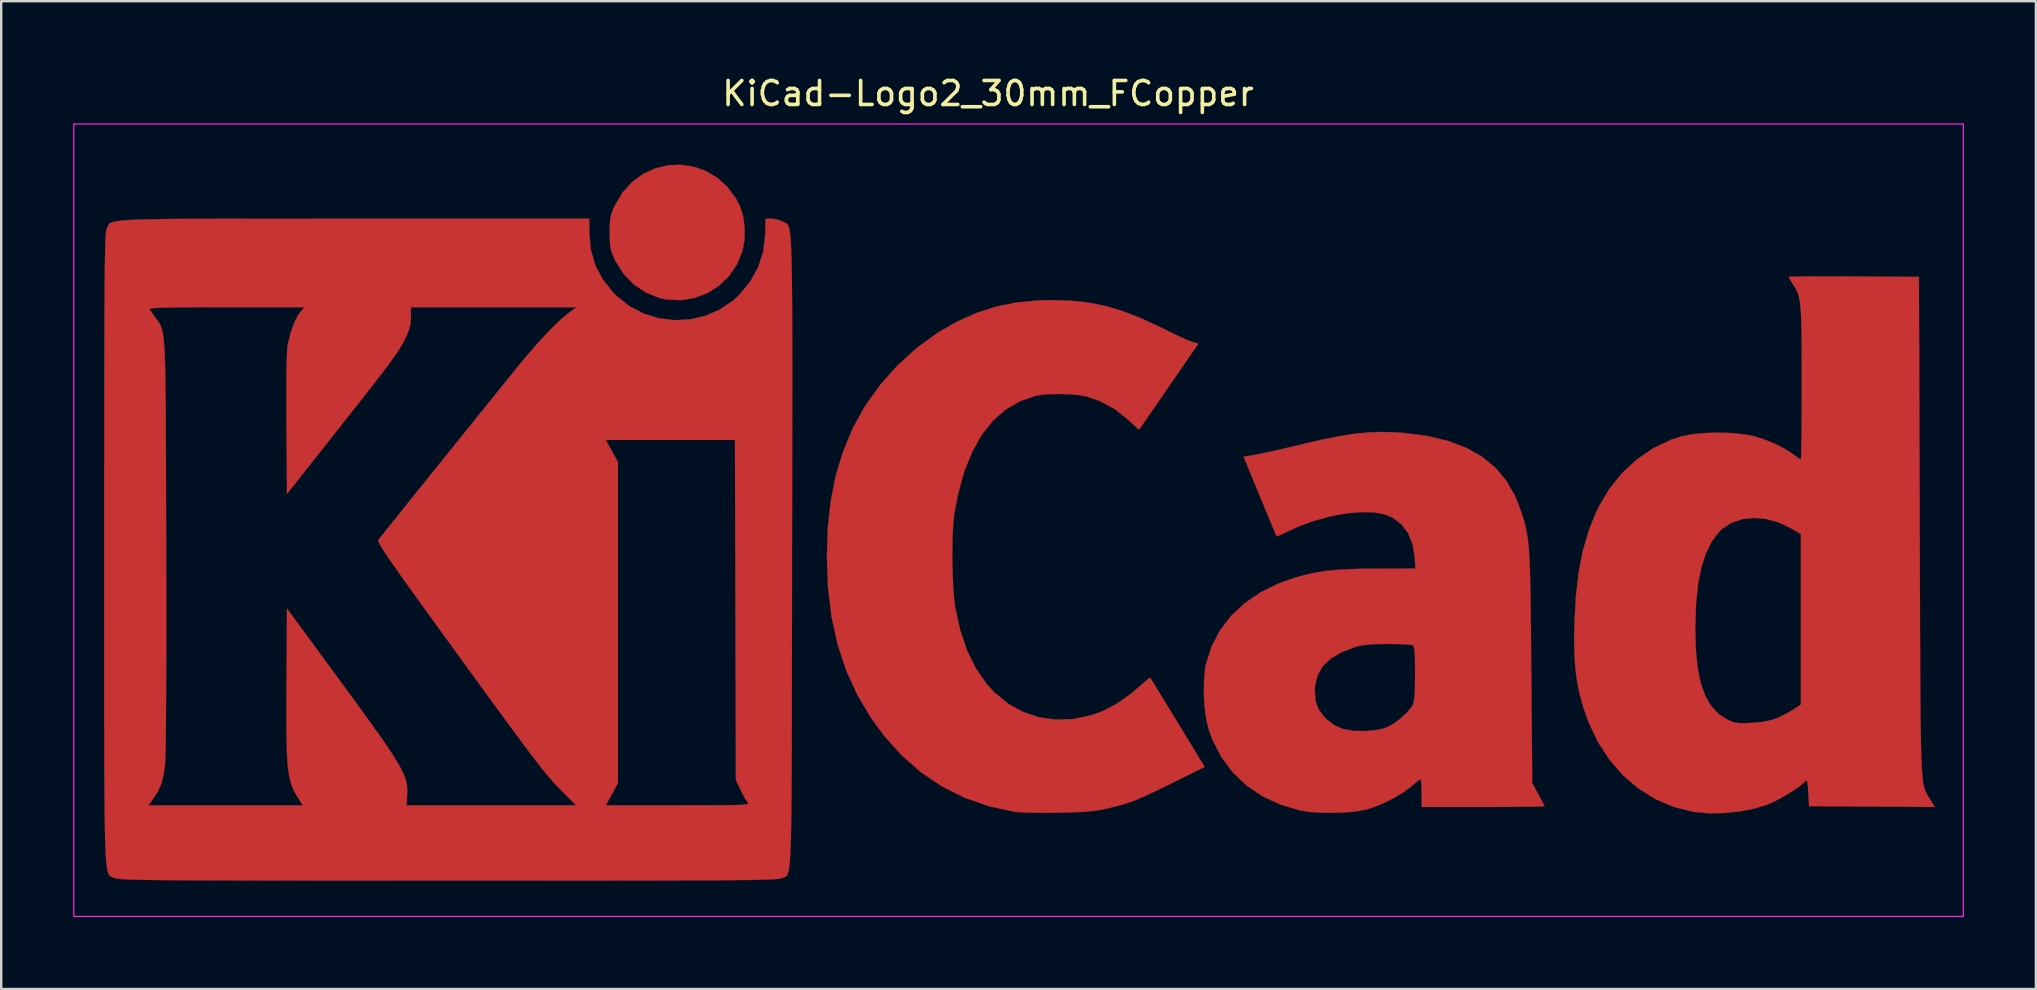
<source format=kicad_pcb>
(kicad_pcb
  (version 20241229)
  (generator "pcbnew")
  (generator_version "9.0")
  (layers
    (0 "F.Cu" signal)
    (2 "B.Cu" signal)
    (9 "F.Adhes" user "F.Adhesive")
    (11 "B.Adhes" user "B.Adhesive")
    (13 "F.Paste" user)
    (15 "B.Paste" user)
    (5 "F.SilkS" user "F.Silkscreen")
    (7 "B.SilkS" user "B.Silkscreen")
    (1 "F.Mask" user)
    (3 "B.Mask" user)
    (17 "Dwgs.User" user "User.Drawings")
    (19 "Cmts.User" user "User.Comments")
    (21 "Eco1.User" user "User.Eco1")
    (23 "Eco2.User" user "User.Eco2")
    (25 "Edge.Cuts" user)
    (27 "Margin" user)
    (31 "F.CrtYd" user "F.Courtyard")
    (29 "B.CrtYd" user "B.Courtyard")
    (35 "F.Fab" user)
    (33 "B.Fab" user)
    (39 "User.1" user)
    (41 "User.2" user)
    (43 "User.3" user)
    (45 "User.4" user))
  (footprint "KiCad-Logo2_30mm_FCopper"
    (layer "F.Cu")
    (at 39.395 18.628)
    (property "Reference" "KiCad-Logo2_30mm_FCopper" (at -1.27 -17.78 0) (layer "F.SilkS") (effects (font (size 1 1) (thickness 0.15))))
    (attr exclude_from_pos_files exclude_from_bom)
    (fp_poly (pts (xy -13.557 -14.738) (xy -13.044 -14.56) (xy -12.567 -14.28) (xy -12.141 -13.898) (xy -11.781 -13.415) (xy -11.619 -13.11) (xy -11.48 -12.683) (xy -11.412 -12.191) (xy -11.419 -11.684) (xy -11.503 -11.226) (xy -11.73 -10.665) (xy -12.061 -10.179) (xy -12.477 -9.777) (xy -12.961 -9.468) (xy -13.499 -9.262) (xy -14.071 -9.168) (xy -14.662 -9.197) (xy -14.953 -9.259) (xy -15.521 -9.48) (xy -16.025 -9.817) (xy -16.454 -10.26) (xy -16.795 -10.798) (xy -16.823 -10.856) (xy -16.923 -11.077) (xy -16.986 -11.263) (xy -17.02 -11.459) (xy -17.033 -11.71) (xy -17.036 -11.983) (xy -17.032 -12.311) (xy -17.015 -12.549) (xy -16.976 -12.741) (xy -16.906 -12.933) (xy -16.82 -13.122) (xy -16.498 -13.66) (xy -16.103 -14.095) (xy -15.648 -14.428) (xy -15.151 -14.659) (xy -14.626 -14.787) (xy -14.09 -14.814) (xy -13.557 -14.738)) (stroke (width 0.01) (type solid)) (fill yes) (layer "F.Cu"))
    (fp_poly (pts (xy 2.188 -9.148) (xy 2.924 -9.067) (xy 3.638 -8.923) (xy 4.357 -8.708) (xy 5.111 -8.414) (xy 5.93 -8.033) (xy 6.078 -7.959) (xy 6.416 -7.793) (xy 6.735 -7.643) (xy 7.003 -7.524) (xy 7.189 -7.45) (xy 7.218 -7.44) (xy 7.492 -7.358) (xy 6.265 -5.574) (xy 5.966 -5.138) (xy 5.691 -4.739) (xy 5.452 -4.392) (xy 5.257 -4.11) (xy 5.116 -3.905) (xy 5.038 -3.793) (xy 5.026 -3.775) (xy 4.974 -3.812) (xy 4.847 -3.924) (xy 4.668 -4.091) (xy 4.569 -4.185) (xy 4.007 -4.631) (xy 3.377 -4.97) (xy 2.834 -5.156) (xy 2.508 -5.215) (xy 2.099 -5.25) (xy 1.657 -5.262) (xy 1.228 -5.25) (xy 0.861 -5.213) (xy 0.715 -5.185) (xy 0.055 -4.958) (xy -0.539 -4.612) (xy -1.068 -4.146) (xy -1.53 -3.563) (xy -1.927 -2.861) (xy -2.256 -2.043) (xy -2.517 -1.108) (xy -2.673 -0.307) (xy -2.713 0.046) (xy -2.741 0.503) (xy -2.756 1.029) (xy -2.759 1.594) (xy -2.749 2.163) (xy -2.728 2.703) (xy -2.695 3.184) (xy -2.65 3.57) (xy -2.641 3.629) (xy -2.429 4.59) (xy -2.141 5.439) (xy -1.775 6.183) (xy -1.328 6.823) (xy -1.011 7.169) (xy -0.441 7.64) (xy 0.184 7.988) (xy 0.853 8.213) (xy 1.557 8.312) (xy 2.284 8.285) (xy 3.023 8.128) (xy 3.461 7.974) (xy 4.066 7.666) (xy 4.69 7.225) (xy 5.04 6.926) (xy 5.236 6.753) (xy 5.39 6.626) (xy 5.478 6.565) (xy 5.489 6.563) (xy 5.528 6.626) (xy 5.629 6.791) (xy 5.784 7.044) (xy 5.985 7.372) (xy 6.221 7.76) (xy 6.485 8.193) (xy 6.633 8.435) (xy 7.756 10.281) (xy 6.353 10.974) (xy 5.846 11.223) (xy 5.435 11.419) (xy 5.095 11.573) (xy 4.802 11.693) (xy 4.529 11.79) (xy 4.252 11.873) (xy 3.946 11.953) (xy 3.653 12.022) (xy 3.392 12.076) (xy 3.12 12.117) (xy 2.808 12.147) (xy 2.429 12.168) (xy 1.957 12.183) (xy 1.639 12.189) (xy 1.185 12.194) (xy 0.749 12.192) (xy 0.361 12.183) (xy 0.049 12.17) (xy -0.157 12.152) (xy -0.169 12.15) (xy -1.242 11.918) (xy -2.249 11.566) (xy -3.19 11.095) (xy -4.066 10.504) (xy -4.875 9.794) (xy -5.617 8.965) (xy -6.154 8.228) (xy -6.726 7.263) (xy -7.189 6.245) (xy -7.544 5.164) (xy -7.794 4.013) (xy -7.941 2.783) (xy -7.987 1.534) (xy -7.949 0.327) (xy -7.83 -0.788) (xy -7.625 -1.828) (xy -7.33 -2.812) (xy -6.943 -3.759) (xy -6.897 -3.857) (xy -6.387 -4.774) (xy -5.761 -5.647) (xy -5.037 -6.457) (xy -4.232 -7.187) (xy -3.364 -7.818) (xy -2.555 -8.281) (xy -1.738 -8.643) (xy -0.919 -8.906) (xy -0.066 -9.076) (xy 0.851 -9.16) (xy 1.4 -9.173) (xy 2.188 -9.148)) (stroke (width 0.01) (type solid)) (fill yes) (layer "F.Cu"))
    (fp_poly (pts (xy 34.027 -10.161) (xy 34.608 -10.159) (xy 34.806 -10.157) (xy 37.52 -10.14) (xy 37.554 0.273) (xy 37.558 1.685) (xy 37.562 2.967) (xy 37.566 4.126) (xy 37.57 5.168) (xy 37.574 6.1) (xy 37.578 6.929) (xy 37.584 7.661) (xy 37.59 8.303) (xy 37.598 8.861) (xy 37.607 9.342) (xy 37.618 9.753) (xy 37.631 10.101) (xy 37.646 10.392) (xy 37.664 10.632) (xy 37.685 10.828) (xy 37.709 10.988) (xy 37.736 11.117) (xy 37.766 11.222) (xy 37.801 11.31) (xy 37.84 11.388) (xy 37.883 11.462) (xy 37.931 11.538) (xy 37.983 11.624) (xy 37.994 11.642) (xy 38.175 11.951) (xy 35.56 11.933) (xy 32.945 11.915) (xy 32.911 11.34) (xy 32.892 11.065) (xy 32.873 10.905) (xy 32.847 10.842) (xy 32.807 10.855) (xy 32.774 10.891) (xy 32.63 11.024) (xy 32.396 11.195) (xy 32.105 11.383) (xy 31.788 11.568) (xy 31.481 11.73) (xy 31.244 11.836) (xy 30.691 12.011) (xy 30.056 12.136) (xy 29.386 12.204) (xy 28.728 12.211) (xy 28.129 12.154) (xy 28.12 12.152) (xy 27.301 11.947) (xy 26.534 11.619) (xy 25.827 11.177) (xy 25.187 10.627) (xy 24.622 9.976) (xy 24.139 9.231) (xy 23.745 8.4) (xy 23.53 7.784) (xy 23.388 7.269) (xy 23.284 6.77) (xy 23.212 6.257) (xy 23.171 5.699) (xy 23.156 5.068) (xy 23.162 4.552) (xy 28.201 4.552) (xy 28.225 5.417) (xy 28.3 6.161) (xy 28.429 6.791) (xy 28.614 7.314) (xy 28.857 7.735) (xy 29.161 8.062) (xy 29.511 8.293) (xy 29.694 8.38) (xy 29.852 8.432) (xy 30.029 8.455) (xy 30.266 8.457) (xy 30.521 8.448) (xy 31.023 8.404) (xy 31.42 8.317) (xy 31.545 8.274) (xy 31.83 8.145) (xy 32.131 7.984) (xy 32.262 7.903) (xy 32.603 7.68) (xy 32.603 0.582) (xy 32.228 0.357) (xy 31.704 0.102) (xy 31.169 -0.048) (xy 30.642 -0.096) (xy 30.143 -0.041) (xy 29.691 0.115) (xy 29.307 0.372) (xy 29.182 0.495) (xy 28.883 0.898) (xy 28.641 1.386) (xy 28.454 1.968) (xy 28.319 2.651) (xy 28.236 3.444) (xy 28.202 4.355) (xy 28.201 4.552) (xy 23.162 4.552) (xy 23.165 4.337) (xy 23.223 3.213) (xy 23.338 2.199) (xy 23.515 1.281) (xy 23.757 0.443) (xy 24.065 -0.329) (xy 24.175 -0.558) (xy 24.619 -1.304) (xy 25.155 -1.967) (xy 25.771 -2.537) (xy 26.454 -3.002) (xy 27.191 -3.352) (xy 27.634 -3.496) (xy 28.068 -3.581) (xy 28.591 -3.632) (xy 29.158 -3.649) (xy 29.725 -3.63) (xy 30.25 -3.577) (xy 30.671 -3.494) (xy 31.172 -3.331) (xy 31.658 -3.122) (xy 32.083 -2.887) (xy 32.309 -2.727) (xy 32.465 -2.609) (xy 32.575 -2.537) (xy 32.599 -2.526) (xy 32.607 -2.592) (xy 32.614 -2.782) (xy 32.621 -3.081) (xy 32.627 -3.476) (xy 32.631 -3.955) (xy 32.635 -4.504) (xy 32.637 -5.108) (xy 32.638 -5.725) (xy 32.637 -6.514) (xy 32.635 -7.179) (xy 32.631 -7.733) (xy 32.622 -8.189) (xy 32.609 -8.559) (xy 32.589 -8.857) (xy 32.562 -9.094) (xy 32.526 -9.283) (xy 32.481 -9.438) (xy 32.426 -9.571) (xy 32.358 -9.695) (xy 32.277 -9.822) (xy 32.267 -9.837) (xy 32.163 -10.002) (xy 32.1 -10.115) (xy 32.091 -10.139) (xy 32.157 -10.146) (xy 32.345 -10.152) (xy 32.641 -10.157) (xy 33.029 -10.16) (xy 33.496 -10.161) (xy 34.027 -10.161)) (stroke (width 0.01) (type solid)) (fill yes) (layer "F.Cu"))
    (fp_poly (pts (xy 15.752 -3.659) (xy 16.091 -3.633) (xy 17.059 -3.505) (xy 17.916 -3.299) (xy 18.666 -3.014) (xy 19.315 -2.647) (xy 19.865 -2.195) (xy 20.321 -1.655) (xy 20.687 -1.024) (xy 20.954 -0.341) (xy 21.022 -0.124) (xy 21.081 0.08) (xy 21.132 0.281) (xy 21.176 0.49) (xy 21.213 0.719) (xy 21.244 0.977) (xy 21.27 1.277) (xy 21.291 1.628) (xy 21.308 2.042) (xy 21.322 2.531) (xy 21.334 3.104) (xy 21.343 3.774) (xy 21.352 4.55) (xy 21.36 5.444) (xy 21.366 6.145) (xy 21.406 10.959) (xy 21.662 11.422) (xy 21.783 11.645) (xy 21.873 11.819) (xy 21.916 11.911) (xy 21.918 11.917) (xy 21.852 11.924) (xy 21.665 11.931) (xy 21.37 11.937) (xy 20.985 11.942) (xy 20.522 11.945) (xy 19.997 11.948) (xy 19.425 11.949) (xy 19.357 11.949) (xy 16.797 11.949) (xy 16.797 11.369) (xy 16.792 11.106) (xy 16.781 10.906) (xy 16.764 10.798) (xy 16.757 10.788) (xy 16.689 10.83) (xy 16.549 10.939) (xy 16.368 11.093) (xy 16.364 11.097) (xy 16.033 11.343) (xy 15.615 11.59) (xy 15.158 11.814) (xy 14.708 11.991) (xy 14.509 12.051) (xy 14.115 12.128) (xy 13.631 12.177) (xy 13.102 12.197) (xy 12.572 12.188) (xy 12.085 12.15) (xy 11.744 12.095) (xy 10.909 11.849) (xy 10.157 11.5) (xy 9.493 11.05) (xy 8.922 10.505) (xy 8.449 9.868) (xy 8.079 9.145) (xy 7.92 8.706) (xy 7.82 8.279) (xy 7.753 7.767) (xy 7.723 7.216) (xy 7.724 7.136) (xy 12.342 7.136) (xy 12.38 7.545) (xy 12.507 7.885) (xy 12.743 8.201) (xy 12.834 8.293) (xy 13.155 8.543) (xy 13.527 8.703) (xy 13.973 8.781) (xy 14.442 8.786) (xy 14.887 8.749) (xy 15.228 8.675) (xy 15.376 8.62) (xy 15.642 8.469) (xy 15.925 8.256) (xy 16.183 8.018) (xy 16.375 7.789) (xy 16.426 7.705) (xy 16.466 7.588) (xy 16.494 7.401) (xy 16.513 7.126) (xy 16.522 6.747) (xy 16.524 6.385) (xy 16.522 5.964) (xy 16.517 5.659) (xy 16.506 5.452) (xy 16.487 5.321) (xy 16.458 5.247) (xy 16.417 5.21) (xy 16.404 5.204) (xy 16.294 5.186) (xy 16.077 5.171) (xy 15.781 5.161) (xy 15.438 5.157) (xy 15.363 5.157) (xy 14.903 5.164) (xy 14.549 5.186) (xy 14.266 5.225) (xy 14.034 5.283) (xy 13.456 5.501) (xy 13.002 5.77) (xy 12.67 6.093) (xy 12.455 6.475) (xy 12.352 6.92) (xy 12.342 7.136) (xy 7.724 7.136) (xy 7.729 6.675) (xy 7.776 6.189) (xy 7.812 5.993) (xy 8.042 5.265) (xy 8.392 4.595) (xy 8.855 3.99) (xy 9.424 3.456) (xy 10.094 2.999) (xy 10.857 2.626) (xy 11.505 2.399) (xy 11.939 2.28) (xy 12.353 2.188) (xy 12.776 2.119) (xy 13.233 2.071) (xy 13.752 2.04) (xy 14.36 2.023) (xy 14.91 2.019) (xy 16.539 2.014) (xy 16.508 1.524) (xy 16.419 0.993) (xy 16.231 0.536) (xy 15.95 0.166) (xy 15.586 -0.108) (xy 15.265 -0.241) (xy 14.806 -0.325) (xy 14.258 -0.337) (xy 13.65 -0.282) (xy 13.004 -0.163) (xy 12.348 0.014) (xy 11.708 0.245) (xy 11.242 0.457) (xy 11.018 0.566) (xy 10.847 0.641) (xy 10.76 0.671) (xy 10.756 0.67) (xy 10.726 0.604) (xy 10.651 0.428) (xy 10.538 0.16) (xy 10.394 -0.185) (xy 10.227 -0.588) (xy 10.057 -0.999) (xy 9.377 -2.647) (xy 9.861 -2.726) (xy 10.07 -2.766) (xy 10.385 -2.833) (xy 10.779 -2.921) (xy 11.224 -3.024) (xy 11.694 -3.135) (xy 11.881 -3.181) (xy 12.69 -3.368) (xy 13.398 -3.509) (xy 14.032 -3.606) (xy 14.618 -3.661) (xy 15.183 -3.678) (xy 15.752 -3.659)) (stroke (width 0.01) (type solid)) (fill yes) (layer "F.Cu"))
    (fp_poly (pts (xy -29.619 -12.564) (xy -28.303 -12.563) (xy -27.691 -12.563) (xy -17.889 -12.563) (xy -17.889 -11.986) (xy -17.828 -11.283) (xy -17.641 -10.634) (xy -17.329 -10.036) (xy -16.889 -9.486) (xy -16.74 -9.337) (xy -16.205 -8.915) (xy -15.614 -8.607) (xy -14.986 -8.414) (xy -14.338 -8.334) (xy -13.688 -8.368) (xy -13.053 -8.516) (xy -12.451 -8.777) (xy -11.899 -9.152) (xy -11.651 -9.377) (xy -11.189 -9.932) (xy -10.851 -10.541) (xy -10.638 -11.198) (xy -10.555 -11.897) (xy -10.554 -11.966) (xy -10.549 -12.563) (xy -10.287 -12.563) (xy -10.054 -12.532) (xy -9.841 -12.455) (xy -9.827 -12.447) (xy -9.779 -12.422) (xy -9.735 -12.403) (xy -9.694 -12.383) (xy -9.658 -12.358) (xy -9.624 -12.321) (xy -9.594 -12.267) (xy -9.567 -12.19) (xy -9.543 -12.085) (xy -9.522 -11.946) (xy -9.504 -11.767) (xy -9.488 -11.543) (xy -9.474 -11.267) (xy -9.463 -10.935) (xy -9.453 -10.541) (xy -9.446 -10.078) (xy -9.44 -9.542) (xy -9.435 -8.927) (xy -9.432 -8.226) (xy -9.431 -7.435) (xy -9.43 -6.548) (xy -9.43 -5.558) (xy -9.431 -4.461) (xy -9.432 -3.251) (xy -9.434 -1.922) (xy -9.436 -0.468) (xy -9.439 1.116) (xy -9.439 1.309) (xy -9.441 2.903) (xy -9.443 4.366) (xy -9.444 5.704) (xy -9.446 6.923) (xy -9.448 8.027) (xy -9.45 9.023) (xy -9.453 9.917) (xy -9.457 10.714) (xy -9.461 11.419) (xy -9.467 12.038) (xy -9.474 12.578) (xy -9.483 13.043) (xy -9.493 13.44) (xy -9.505 13.773) (xy -9.52 14.049) (xy -9.536 14.273) (xy -9.555 14.451) (xy -9.577 14.589) (xy -9.601 14.692) (xy -9.628 14.766) (xy -9.659 14.816) (xy -9.692 14.849) (xy -9.73 14.869) (xy -9.771 14.883) (xy -9.815 14.896) (xy -9.864 14.914) (xy -9.876 14.919) (xy -9.914 14.931) (xy -9.976 14.942) (xy -10.07 14.953) (xy -10.2 14.962) (xy -10.371 14.97) (xy -10.59 14.978) (xy -10.861 14.985) (xy -11.19 14.991) (xy -11.584 14.996) (xy -12.046 15.001) (xy -12.582 15.005) (xy -13.199 15.009) (xy -13.902 15.012) (xy -14.695 15.014) (xy -15.585 15.016) (xy -16.577 15.017) (xy -17.676 15.019) (xy -18.889 15.019) (xy -20.22 15.02) (xy -21.674 15.02) (xy -23.258 15.02) (xy -23.772 15.02) (xy -25.391 15.02) (xy -26.879 15.019) (xy -28.242 15.019) (xy -29.485 15.018) (xy -30.613 15.017) (xy -31.633 15.015) (xy -32.549 15.013) (xy -33.368 15.011) (xy -34.094 15.008) (xy -34.734 15.005) (xy -35.293 15.001) (xy -35.776 14.996) (xy -36.189 14.991) (xy -36.538 14.986) (xy -36.828 14.979) (xy -37.064 14.972) (xy -37.253 14.964) (xy -37.399 14.955) (xy -37.508 14.945) (xy -37.587 14.934) (xy -37.64 14.922) (xy -37.668 14.911) (xy -37.72 14.89) (xy -37.766 14.874) (xy -37.809 14.858) (xy -37.849 14.836) (xy -37.884 14.804) (xy -37.916 14.754) (xy -37.945 14.682) (xy -37.97 14.581) (xy -37.993 14.447) (xy -38.013 14.273) (xy -38.03 14.054) (xy -38.045 13.784) (xy -38.058 13.458) (xy -38.068 13.069) (xy -38.077 12.613) (xy -38.084 12.084) (xy -38.086 11.881) (xy -36.263 11.881) (xy -29.822 11.881) (xy -29.946 11.693) (xy -30.07 11.5) (xy -30.174 11.316) (xy -30.261 11.129) (xy -30.332 10.925) (xy -30.389 10.692) (xy -30.433 10.416) (xy -30.465 10.086) (xy -30.487 9.687) (xy -30.501 9.208) (xy -30.508 8.635) (xy -30.509 7.955) (xy -30.506 7.156) (xy -30.505 6.86) (xy -30.487 3.68) (xy -28.473 6.423) (xy -27.902 7.2) (xy -27.408 7.878) (xy -26.984 8.464) (xy -26.626 8.967) (xy -26.329 9.397) (xy -26.086 9.762) (xy -25.893 10.071) (xy -25.744 10.334) (xy -25.633 10.559) (xy -25.557 10.755) (xy -25.508 10.931) (xy -25.483 11.097) (xy -25.475 11.261) (xy -25.479 11.432) (xy -25.48 11.453) (xy -25.502 11.881) (xy -21.973 11.881) (xy -18.444 11.881) (xy -18.969 11.351) (xy -19.111 11.206) (xy -19.246 11.066) (xy -19.38 10.921) (xy -19.519 10.764) (xy -19.667 10.589) (xy -19.833 10.386) (xy -20.02 10.148) (xy -20.236 9.867) (xy -20.486 9.536) (xy -20.776 9.147) (xy -21.112 8.691) (xy -21.501 8.162) (xy -21.947 7.551) (xy -22.457 6.851) (xy -23.037 6.054) (xy -23.512 5.4) (xy -24.108 4.578) (xy -24.629 3.86) (xy -25.078 3.238) (xy -25.46 2.706) (xy -25.78 2.256) (xy -26.043 1.882) (xy -26.253 1.578) (xy -26.416 1.336) (xy -26.535 1.149) (xy -26.616 1.011) (xy -26.663 0.915) (xy -26.682 0.854) (xy -26.676 0.822) (xy -26.61 0.736) (xy -26.466 0.555) (xy -26.254 0.29) (xy -25.982 -0.05) (xy -25.66 -0.453) (xy -25.294 -0.908) (xy -24.895 -1.405) (xy -24.47 -1.933) (xy -24.029 -2.482) (xy -23.58 -3.039) (xy -23.334 -3.346) (xy -17.204 -3.346) (xy -16.949 -2.885) (xy -16.694 -2.424) (xy -16.694 10.959) (xy -16.949 11.42) (xy -17.204 11.881) (xy -14.19 11.881) (xy -13.471 11.88) (xy -12.877 11.879) (xy -12.396 11.877) (xy -12.018 11.873) (xy -11.731 11.868) (xy -11.524 11.859) (xy -11.385 11.847) (xy -11.304 11.832) (xy -11.267 11.812) (xy -11.265 11.788) (xy -11.286 11.76) (xy -11.286 11.759) (xy -11.373 11.635) (xy -11.487 11.432) (xy -11.587 11.23) (xy -11.778 10.822) (xy -11.798 3.738) (xy -11.817 -3.346) (xy -17.204 -3.346) (xy -23.334 -3.346) (xy -23.132 -3.595) (xy -22.694 -4.14) (xy -22.273 -4.661) (xy -21.88 -5.149) (xy -21.521 -5.592) (xy -21.207 -5.98) (xy -20.946 -6.302) (xy -20.746 -6.548) (xy -20.628 -6.691) (xy -20.172 -7.227) (xy -19.734 -7.71) (xy -19.328 -8.126) (xy -18.97 -8.457) (xy -18.715 -8.66) (xy -18.415 -8.876) (xy -25.325 -8.876) (xy -25.323 -8.471) (xy -25.342 -8.173) (xy -25.415 -7.896) (xy -25.527 -7.634) (xy -25.6 -7.486) (xy -25.679 -7.34) (xy -25.77 -7.185) (xy -25.881 -7.012) (xy -26.019 -6.811) (xy -26.191 -6.572) (xy -26.405 -6.286) (xy -26.667 -5.943) (xy -26.985 -5.533) (xy -27.366 -5.047) (xy -27.817 -4.475) (xy -28.345 -3.806) (xy -28.404 -3.731) (xy -30.487 -1.097) (xy -30.507 -4.014) (xy -30.511 -4.887) (xy -30.51 -5.627) (xy -30.504 -6.235) (xy -30.494 -6.714) (xy -30.478 -7.066) (xy -30.457 -7.294) (xy -30.45 -7.337) (xy -30.339 -7.792) (xy -30.194 -8.203) (xy -30.029 -8.533) (xy -29.929 -8.673) (xy -29.758 -8.876) (xy -33.011 -8.876) (xy -33.787 -8.876) (xy -34.436 -8.874) (xy -34.968 -8.87) (xy -35.391 -8.864) (xy -35.715 -8.856) (xy -35.95 -8.845) (xy -36.106 -8.831) (xy -36.191 -8.815) (xy -36.215 -8.795) (xy -36.213 -8.791) (xy -36.144 -8.687) (xy -36.029 -8.522) (xy -35.969 -8.438) (xy -35.908 -8.355) (xy -35.852 -8.281) (xy -35.803 -8.208) (xy -35.759 -8.129) (xy -35.72 -8.037) (xy -35.686 -7.924) (xy -35.657 -7.784) (xy -35.632 -7.608) (xy -35.61 -7.39) (xy -35.592 -7.122) (xy -35.577 -6.797) (xy -35.565 -6.408) (xy -35.555 -5.947) (xy -35.547 -5.406) (xy -35.541 -4.779) (xy -35.536 -4.058) (xy -35.533 -3.236) (xy -35.53 -2.306) (xy -35.527 -1.26) (xy -35.524 -0.091) (xy -35.521 0.983) (xy -35.519 2.181) (xy -35.517 3.323) (xy -35.517 4.404) (xy -35.518 5.414) (xy -35.52 6.348) (xy -35.524 7.198) (xy -35.528 7.956) (xy -35.533 8.615) (xy -35.539 9.169) (xy -35.546 9.609) (xy -35.554 9.928) (xy -35.563 10.12) (xy -35.564 10.14) (xy -35.625 10.604) (xy -35.719 10.977) (xy -35.863 11.302) (xy -36.071 11.624) (xy -36.097 11.659) (xy -36.263 11.881) (xy -38.086 11.881) (xy -38.089 11.475) (xy -38.094 10.782) (xy -38.097 9.999) (xy -38.099 9.119) (xy -38.1 8.138) (xy -38.1 7.05) (xy -38.101 5.848) (xy -38.1 4.529) (xy -38.1 3.085) (xy -38.1 1.511) (xy -38.1 1.198) (xy -38.1 -0.392) (xy -38.1 -1.852) (xy -38.099 -3.186) (xy -38.098 -4.4) (xy -38.097 -5.5) (xy -38.095 -6.492) (xy -38.094 -7.381) (xy -38.091 -8.172) (xy -38.088 -8.872) (xy -38.085 -9.486) (xy -38.08 -10.019) (xy -38.076 -10.477) (xy -38.07 -10.866) (xy -38.064 -11.191) (xy -38.057 -11.458) (xy -38.049 -11.673) (xy -38.041 -11.841) (xy -38.031 -11.967) (xy -38.021 -12.058) (xy -38.009 -12.119) (xy -37.997 -12.155) (xy -37.996 -12.156) (xy -37.971 -12.211) (xy -37.949 -12.262) (xy -37.926 -12.307) (xy -37.893 -12.347) (xy -37.845 -12.383) (xy -37.775 -12.415) (xy -37.677 -12.443) (xy -37.543 -12.467) (xy -37.368 -12.488) (xy -37.144 -12.505) (xy -36.866 -12.52) (xy -36.526 -12.532) (xy -36.118 -12.541) (xy -35.635 -12.549) (xy -35.072 -12.555) (xy -34.421 -12.559) (xy -33.675 -12.561) (xy -32.829 -12.563) (xy -31.875 -12.564) (xy -30.807 -12.564) (xy -29.619 -12.564)) (stroke (width 0.01) (type solid)) (fill yes) (layer "F.Cu"))
    (fp_line (start -39.37 -16.51) (end 39.37 -16.51) (stroke (width 0.05) (type solid)) (layer "F.CrtYd"))
    (fp_line (start -39.37 16.51) (end -39.37 -16.51) (stroke (width 0.05) (type solid)) (layer "F.CrtYd"))
    (fp_line (start 39.37 -16.51) (end 39.37 16.51) (stroke (width 0.05) (type solid)) (layer "F.CrtYd"))
    (fp_line (start 39.37 16.51) (end -39.37 16.51) (stroke (width 0.05) (type solid)) (layer "F.CrtYd")))
  (gr_rect
    (start -3 -3)
    (end 81.79 38.163)
    (stroke (width 0.1) (type default))
    (fill no)
    (layer "Edge.Cuts")))
</source>
